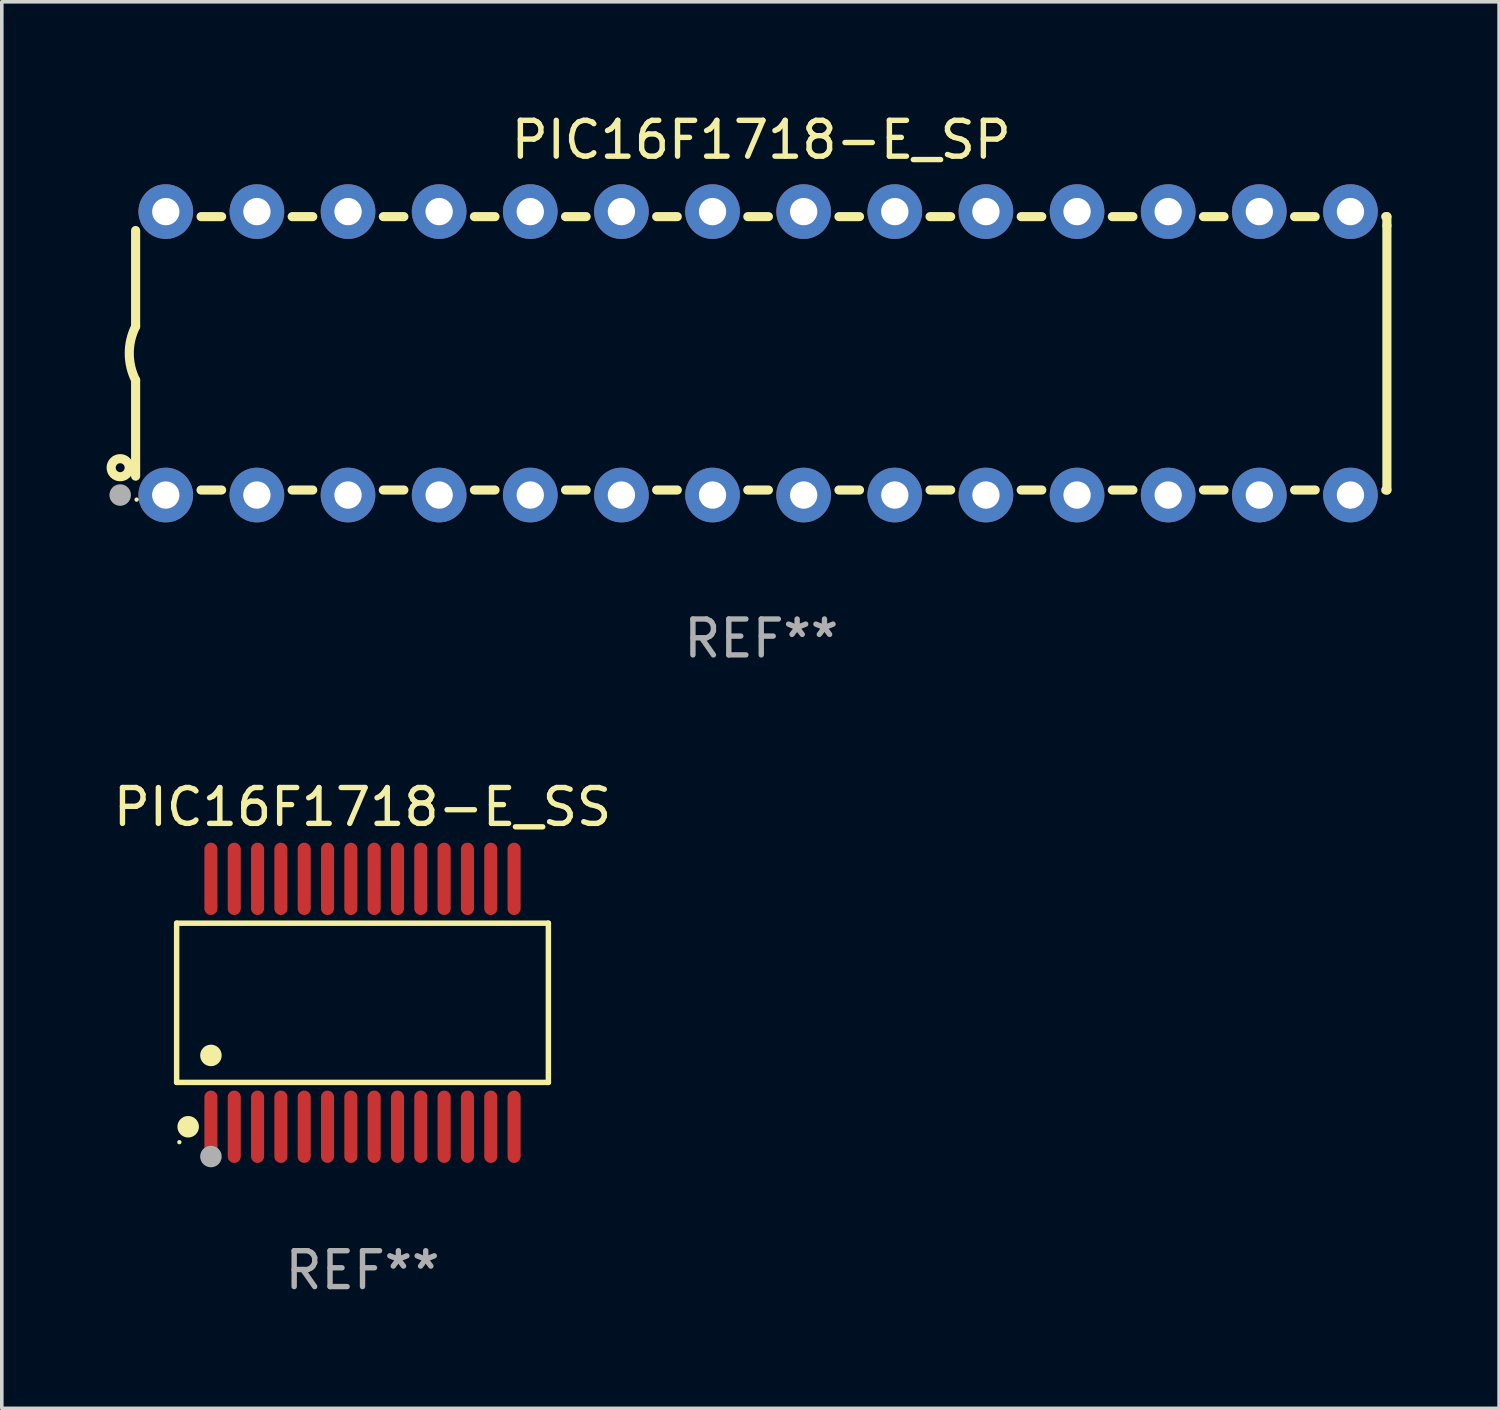
<source format=kicad_pcb>
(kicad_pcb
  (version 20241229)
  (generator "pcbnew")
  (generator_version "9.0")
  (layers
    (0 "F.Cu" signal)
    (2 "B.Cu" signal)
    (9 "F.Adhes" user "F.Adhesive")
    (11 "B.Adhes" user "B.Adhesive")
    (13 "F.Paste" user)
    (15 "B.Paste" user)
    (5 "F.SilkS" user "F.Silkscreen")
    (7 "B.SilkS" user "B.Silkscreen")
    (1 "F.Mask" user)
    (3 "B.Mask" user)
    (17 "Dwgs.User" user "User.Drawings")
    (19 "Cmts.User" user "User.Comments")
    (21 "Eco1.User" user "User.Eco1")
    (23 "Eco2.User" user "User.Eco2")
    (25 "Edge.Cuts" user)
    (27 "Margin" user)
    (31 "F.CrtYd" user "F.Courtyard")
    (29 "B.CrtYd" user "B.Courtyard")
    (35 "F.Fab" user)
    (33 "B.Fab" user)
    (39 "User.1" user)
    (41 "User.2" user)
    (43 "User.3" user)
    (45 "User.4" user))
  (footprint "PIC16F1718-E_SP"
    (layer "F.Cu")
    (at 18.168 6.798)
    (property "Reference" "PIC16F1718-E_SP" (at 0 -5.95 0) (layer "F.SilkS") (effects (font (size 1 1) (thickness 0.15))))
    (attr through_hole)
    (fp_line (start -17.438 0.75) (end -17.438 3.423) (stroke (width 0.254) (type solid)) (layer "F.SilkS"))
    (fp_line (start -17.438 -3.423) (end -17.438 -0.75) (stroke (width 0.254) (type solid)) (layer "F.SilkS"))
    (fp_line (start -15.615 3.81) (end -15.041 3.81) (stroke (width 0.254) (type solid)) (layer "F.SilkS"))
    (fp_line (start -15.041 -3.81) (end -15.614 -3.81) (stroke (width 0.254) (type solid)) (layer "F.SilkS"))
    (fp_line (start -13.075 3.81) (end -12.501 3.81) (stroke (width 0.254) (type solid)) (layer "F.SilkS"))
    (fp_line (start -12.501 -3.81) (end -13.074 -3.81) (stroke (width 0.254) (type solid)) (layer "F.SilkS"))
    (fp_line (start -10.535 3.81) (end -9.961 3.81) (stroke (width 0.254) (type solid)) (layer "F.SilkS"))
    (fp_line (start -9.961 -3.81) (end -10.534 -3.81) (stroke (width 0.254) (type solid)) (layer "F.SilkS"))
    (fp_line (start -7.995 3.81) (end -7.421 3.81) (stroke (width 0.254) (type solid)) (layer "F.SilkS"))
    (fp_line (start -7.421 -3.81) (end -7.995 -3.81) (stroke (width 0.254) (type solid)) (layer "F.SilkS"))
    (fp_line (start -5.455 3.81) (end -4.881 3.81) (stroke (width 0.254) (type solid)) (layer "F.SilkS"))
    (fp_line (start -4.881 -3.81) (end -5.455 -3.81) (stroke (width 0.254) (type solid)) (layer "F.SilkS"))
    (fp_line (start -2.915 3.81) (end -2.341 3.81) (stroke (width 0.254) (type solid)) (layer "F.SilkS"))
    (fp_line (start -2.341 -3.81) (end -2.915 -3.81) (stroke (width 0.254) (type solid)) (layer "F.SilkS"))
    (fp_line (start -0.375 3.81) (end 0.199 3.81) (stroke (width 0.254) (type solid)) (layer "F.SilkS"))
    (fp_line (start 0.199 -3.81) (end -0.375 -3.81) (stroke (width 0.254) (type solid)) (layer "F.SilkS"))
    (fp_line (start 2.165 3.81) (end 2.739 3.81) (stroke (width 0.254) (type solid)) (layer "F.SilkS"))
    (fp_line (start 2.739 -3.81) (end 2.165 -3.81) (stroke (width 0.254) (type solid)) (layer "F.SilkS"))
    (fp_line (start 4.705 3.81) (end 5.279 3.81) (stroke (width 0.254) (type solid)) (layer "F.SilkS"))
    (fp_line (start 5.279 -3.81) (end 4.705 -3.81) (stroke (width 0.254) (type solid)) (layer "F.SilkS"))
    (fp_line (start 7.245 3.81) (end 7.819 3.81) (stroke (width 0.254) (type solid)) (layer "F.SilkS"))
    (fp_line (start 7.819 -3.81) (end 7.245 -3.81) (stroke (width 0.254) (type solid)) (layer "F.SilkS"))
    (fp_line (start 9.785 3.81) (end 10.359 3.81) (stroke (width 0.254) (type solid)) (layer "F.SilkS"))
    (fp_line (start 10.359 -3.81) (end 9.785 -3.81) (stroke (width 0.254) (type solid)) (layer "F.SilkS"))
    (fp_line (start 12.325 3.81) (end 12.899 3.81) (stroke (width 0.254) (type solid)) (layer "F.SilkS"))
    (fp_line (start 12.899 -3.81) (end 12.325 -3.81) (stroke (width 0.254) (type solid)) (layer "F.SilkS"))
    (fp_line (start 14.865 3.81) (end 15.439 3.81) (stroke (width 0.254) (type solid)) (layer "F.SilkS"))
    (fp_line (start 15.439 -3.81) (end 14.865 -3.81) (stroke (width 0.254) (type solid)) (layer "F.SilkS"))
    (fp_line (start 17.405 3.81) (end 17.438 3.81) (stroke (width 0.254) (type solid)) (layer "F.SilkS"))
    (fp_line (start 17.438 -3.81) (end 17.405 -3.81) (stroke (width 0.254) (type solid)) (layer "F.SilkS"))
    (fp_line (start 17.438 -3.556) (end 17.438 -3.81) (stroke (width 0.254) (type solid)) (layer "F.SilkS"))
    (fp_line (start 17.438 3.81) (end 17.438 -3.556) (stroke (width 0.254) (type solid)) (layer "F.SilkS"))
    (fp_arc (start -17.437986 0.749657) (mid -17.614887 -0.000024) (end -17.437783 -0.749657) (stroke (width 0.254001) (type solid)) (layer "F.SilkS"))
    (fp_circle (center -17.868 3.188) (end -17.743 3.188) (stroke (width 0.254) (type solid)) (fill no) (layer "F.SilkS"))
    (fp_circle (center -17.411 4.077) (end -17.381 4.077) (stroke (width 0.06) (type solid)) (fill no) (layer "F.SilkS"))
    (fp_circle (center -17.868 3.95) (end -17.718 3.95) (stroke (width 0.3) (type solid)) (fill no) (layer "F.Fab"))
    (fp_text user "REF**" (at 0 7.95 0) (layer "F.Fab") (effects (font (size 1 1) (thickness 0.15))))
    (pad "1" thru_hole circle (at -16.598 3.95) (size 1.524 1.524) (drill 0.762) (layers "*.Cu" "*.Mask"))
    (pad "2" thru_hole circle (at -14.058 3.95) (size 1.524 1.524) (drill 0.762) (layers "*.Cu" "*.Mask"))
    (pad "3" thru_hole circle (at -11.518 3.95) (size 1.524 1.524) (drill 0.762) (layers "*.Cu" "*.Mask"))
    (pad "4" thru_hole circle (at -8.978 3.95) (size 1.524 1.524) (drill 0.762) (layers "*.Cu" "*.Mask"))
    (pad "5" thru_hole circle (at -6.438 3.95) (size 1.524 1.524) (drill 0.762) (layers "*.Cu" "*.Mask"))
    (pad "6" thru_hole circle (at -3.898 3.95) (size 1.524 1.524) (drill 0.762) (layers "*.Cu" "*.Mask"))
    (pad "7" thru_hole circle (at -1.358 3.95) (size 1.524 1.524) (drill 0.762) (layers "*.Cu" "*.Mask"))
    (pad "8" thru_hole circle (at 1.182 3.95) (size 1.524 1.524) (drill 0.762) (layers "*.Cu" "*.Mask"))
    (pad "9" thru_hole circle (at 3.722 3.95) (size 1.524 1.524) (drill 0.762) (layers "*.Cu" "*.Mask"))
    (pad "10" thru_hole circle (at 6.262 3.95) (size 1.524 1.524) (drill 0.762) (layers "*.Cu" "*.Mask"))
    (pad "11" thru_hole circle (at 8.802 3.95) (size 1.524 1.524) (drill 0.762) (layers "*.Cu" "*.Mask"))
    (pad "12" thru_hole circle (at 11.342 3.95) (size 1.524 1.524) (drill 0.762) (layers "*.Cu" "*.Mask"))
    (pad "13" thru_hole circle (at 13.882 3.95) (size 1.524 1.524) (drill 0.762) (layers "*.Cu" "*.Mask"))
    (pad "14" thru_hole circle (at 16.422 3.95) (size 1.524 1.524) (drill 0.762) (layers "*.Cu" "*.Mask"))
    (pad "15" thru_hole circle (at 16.422 -3.95) (size 1.524 1.524) (drill 0.762) (layers "*.Cu" "*.Mask"))
    (pad "16" thru_hole circle (at 13.882 -3.95) (size 1.524 1.524) (drill 0.762) (layers "*.Cu" "*.Mask"))
    (pad "17" thru_hole circle (at 11.342 -3.95) (size 1.524 1.524) (drill 0.762) (layers "*.Cu" "*.Mask"))
    (pad "18" thru_hole circle (at 8.802 -3.95) (size 1.524 1.524) (drill 0.762) (layers "*.Cu" "*.Mask"))
    (pad "19" thru_hole circle (at 6.262 -3.95) (size 1.524 1.524) (drill 0.762) (layers "*.Cu" "*.Mask"))
    (pad "20" thru_hole circle (at 3.722 -3.95) (size 1.524 1.524) (drill 0.762) (layers "*.Cu" "*.Mask"))
    (pad "21" thru_hole circle (at 1.182 -3.95) (size 1.524 1.524) (drill 0.762) (layers "*.Cu" "*.Mask"))
    (pad "22" thru_hole circle (at -1.358 -3.95) (size 1.524 1.524) (drill 0.762) (layers "*.Cu" "*.Mask"))
    (pad "23" thru_hole circle (at -3.898 -3.95) (size 1.524 1.524) (drill 0.762) (layers "*.Cu" "*.Mask"))
    (pad "24" thru_hole circle (at -6.438 -3.95) (size 1.524 1.524) (drill 0.762) (layers "*.Cu" "*.Mask"))
    (pad "25" thru_hole circle (at -8.978 -3.95) (size 1.524 1.524) (drill 0.762) (layers "*.Cu" "*.Mask"))
    (pad "26" thru_hole circle (at -11.517 -3.95) (size 1.524 1.524) (drill 0.762) (layers "*.Cu" "*.Mask"))
    (pad "27" thru_hole circle (at -14.057 -3.95) (size 1.524 1.524) (drill 0.762) (layers "*.Cu" "*.Mask"))
    (pad "28" thru_hole circle (at -16.597 -3.95) (size 1.524 1.524) (drill 0.762) (layers "*.Cu" "*.Mask")))
  (footprint "PIC16F1718-E_SS"
    (layer "F.Cu")
    (at 7.054 24.9)
    (property "Reference" "PIC16F1718-E_SS" (at 0 -5.455 0) (layer "F.SilkS") (effects (font (size 1 1) (thickness 0.15))))
    (attr through_hole)
    (fp_line (start -5.181 -2.219) (end 5.181 -2.219) (stroke (width 0.152) (type solid)) (layer "F.SilkS"))
    (fp_line (start -5.181 2.219) (end -5.181 -2.219) (stroke (width 0.152) (type solid)) (layer "F.SilkS"))
    (fp_line (start 5.181 -2.219) (end 5.181 2.219) (stroke (width 0.152) (type solid)) (layer "F.SilkS"))
    (fp_line (start 5.181 2.219) (end -5.181 2.219) (stroke (width 0.152) (type solid)) (layer "F.SilkS"))
    (fp_circle (center -5.105 3.885) (end -5.075 3.885) (stroke (width 0.06) (type solid)) (fill no) (layer "F.SilkS"))
    (fp_circle (center -4.859 3.455) (end -4.709 3.455) (stroke (width 0.3) (type solid)) (fill no) (layer "F.SilkS"))
    (fp_circle (center -4.225 1.467) (end -4.075 1.467) (stroke (width 0.3) (type solid)) (fill no) (layer "F.SilkS"))
    (fp_circle (center -4.225 4.285) (end -4.075 4.285) (stroke (width 0.3) (type solid)) (fill no) (layer "F.Fab"))
    (fp_text user "REF**" (at 0 7.455 0) (layer "F.Fab") (effects (font (size 1 1) (thickness 0.15))))
    (pad "1" smd oval (at -4.225 3.455) (size 0.364 2.015) (layers "F.Cu" "F.Mask" "F.Paste"))
    (pad "2" smd oval (at -3.575 3.455) (size 0.364 2.015) (layers "F.Cu" "F.Mask" "F.Paste"))
    (pad "3" smd oval (at -2.925 3.455) (size 0.364 2.015) (layers "F.Cu" "F.Mask" "F.Paste"))
    (pad "4" smd oval (at -2.275 3.455) (size 0.364 2.015) (layers "F.Cu" "F.Mask" "F.Paste"))
    (pad "5" smd oval (at -1.625 3.455) (size 0.364 2.015) (layers "F.Cu" "F.Mask" "F.Paste"))
    (pad "6" smd oval (at -0.975 3.455) (size 0.364 2.015) (layers "F.Cu" "F.Mask" "F.Paste"))
    (pad "7" smd oval (at -0.325 3.455) (size 0.364 2.015) (layers "F.Cu" "F.Mask" "F.Paste"))
    (pad "8" smd oval (at 0.325 3.455) (size 0.364 2.015) (layers "F.Cu" "F.Mask" "F.Paste"))
    (pad "9" smd oval (at 0.975 3.455) (size 0.364 2.015) (layers "F.Cu" "F.Mask" "F.Paste"))
    (pad "10" smd oval (at 1.625 3.455) (size 0.364 2.015) (layers "F.Cu" "F.Mask" "F.Paste"))
    (pad "11" smd oval (at 2.275 3.455) (size 0.364 2.015) (layers "F.Cu" "F.Mask" "F.Paste"))
    (pad "12" smd oval (at 2.925 3.455) (size 0.364 2.015) (layers "F.Cu" "F.Mask" "F.Paste"))
    (pad "13" smd oval (at 3.575 3.455) (size 0.364 2.015) (layers "F.Cu" "F.Mask" "F.Paste"))
    (pad "14" smd oval (at 4.225 3.455) (size 0.364 2.015) (layers "F.Cu" "F.Mask" "F.Paste"))
    (pad "15" smd oval (at 4.225 -3.455) (size 0.364 2.015) (layers "F.Cu" "F.Mask" "F.Paste"))
    (pad "16" smd oval (at 3.575 -3.455) (size 0.364 2.015) (layers "F.Cu" "F.Mask" "F.Paste"))
    (pad "17" smd oval (at 2.925 -3.455) (size 0.364 2.015) (layers "F.Cu" "F.Mask" "F.Paste"))
    (pad "18" smd oval (at 2.275 -3.455) (size 0.364 2.015) (layers "F.Cu" "F.Mask" "F.Paste"))
    (pad "19" smd oval (at 1.625 -3.455) (size 0.364 2.015) (layers "F.Cu" "F.Mask" "F.Paste"))
    (pad "20" smd oval (at 0.975 -3.455) (size 0.364 2.015) (layers "F.Cu" "F.Mask" "F.Paste"))
    (pad "21" smd oval (at 0.325 -3.455) (size 0.364 2.015) (layers "F.Cu" "F.Mask" "F.Paste"))
    (pad "22" smd oval (at -0.325 -3.455) (size 0.364 2.015) (layers "F.Cu" "F.Mask" "F.Paste"))
    (pad "23" smd oval (at -0.975 -3.455) (size 0.364 2.015) (layers "F.Cu" "F.Mask" "F.Paste"))
    (pad "24" smd oval (at -1.625 -3.455) (size 0.364 2.015) (layers "F.Cu" "F.Mask" "F.Paste"))
    (pad "25" smd oval (at -2.275 -3.455) (size 0.364 2.015) (layers "F.Cu" "F.Mask" "F.Paste"))
    (pad "26" smd oval (at -2.925 -3.455) (size 0.364 2.015) (layers "F.Cu" "F.Mask" "F.Paste"))
    (pad "27" smd oval (at -3.575 -3.455) (size 0.364 2.015) (layers "F.Cu" "F.Mask" "F.Paste"))
    (pad "28" smd oval (at -4.225 -3.455) (size 0.364 2.015) (layers "F.Cu" "F.Mask" "F.Paste")))
  (gr_rect
    (start -3 -3)
    (end 38.733 36.203)
    (stroke (width 0.1) (type default))
    (fill no)
    (layer "Edge.Cuts")))
</source>
